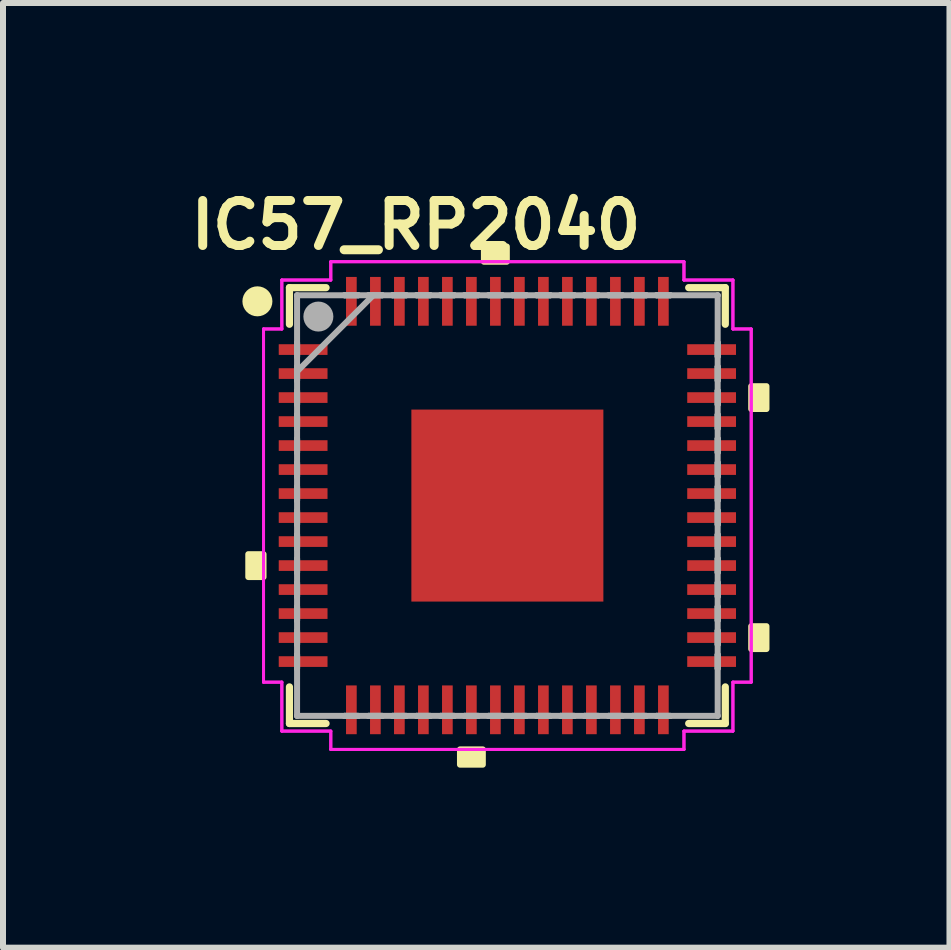
<source format=kicad_pcb>
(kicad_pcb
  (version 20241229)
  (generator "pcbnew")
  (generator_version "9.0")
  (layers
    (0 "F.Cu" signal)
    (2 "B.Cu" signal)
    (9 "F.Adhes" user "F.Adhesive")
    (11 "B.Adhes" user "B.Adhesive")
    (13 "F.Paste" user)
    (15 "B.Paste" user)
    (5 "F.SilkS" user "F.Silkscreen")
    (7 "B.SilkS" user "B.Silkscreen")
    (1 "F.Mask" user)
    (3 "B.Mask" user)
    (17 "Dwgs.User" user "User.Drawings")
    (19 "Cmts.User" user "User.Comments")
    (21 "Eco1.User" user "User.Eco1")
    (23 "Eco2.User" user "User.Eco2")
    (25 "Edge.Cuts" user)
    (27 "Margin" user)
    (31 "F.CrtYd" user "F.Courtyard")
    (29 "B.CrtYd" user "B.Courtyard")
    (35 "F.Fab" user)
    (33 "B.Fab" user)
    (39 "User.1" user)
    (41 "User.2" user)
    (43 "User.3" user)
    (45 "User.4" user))
  (footprint "IC57_RP2040"
    (layer "F.Cu")
    (at 5.406 5.376)
    (property "Reference" "IC57_RP2040" (at -1.524 -4.674 0) (layer "F.SilkS") (effects (font (size 0.75 0.75) (thickness 0.15))))
    (attr through_hole)
    (fp_line (start -3.632 -3.632) (end -3.632 -3.022) (stroke (width 0.12) (type solid)) (layer "F.SilkS"))
    (fp_line (start -3.632 3.022) (end -3.632 3.632) (stroke (width 0.12) (type solid)) (layer "F.SilkS"))
    (fp_line (start -3.632 3.632) (end -3.022 3.632) (stroke (width 0.12) (type solid)) (layer "F.SilkS"))
    (fp_line (start -3.022 -3.632) (end -3.632 -3.632) (stroke (width 0.12) (type solid)) (layer "F.SilkS"))
    (fp_line (start 3.022 3.632) (end 3.632 3.632) (stroke (width 0.12) (type solid)) (layer "F.SilkS"))
    (fp_line (start 3.632 -3.632) (end 3.022 -3.632) (stroke (width 0.12) (type solid)) (layer "F.SilkS"))
    (fp_line (start 3.632 -3.022) (end 3.632 -3.632) (stroke (width 0.12) (type solid)) (layer "F.SilkS"))
    (fp_line (start 3.632 3.632) (end 3.632 3.022) (stroke (width 0.12) (type solid)) (layer "F.SilkS"))
    (fp_circle (center -4.166 -3.404) (end -4.166 -3.279) (stroke (width 0.25) (type solid)) (fill no) (layer "F.SilkS"))
    (fp_poly (pts (xy -4.318 0.81) (xy -4.318 1.191) (xy -4.064 1.191) (xy -4.064 0.81)) (stroke (width 0.1) (type solid)) (fill yes) (layer "F.SilkS"))
    (fp_poly (pts (xy -0.79 4.064) (xy -0.79 4.318) (xy -0.409 4.318) (xy -0.409 4.064)) (stroke (width 0.1) (type solid)) (fill yes) (layer "F.SilkS"))
    (fp_poly (pts (xy -0.391 -4.064) (xy -0.391 -4.318) (xy -0.009 -4.318) (xy -0.009 -4.064)) (stroke (width 0.1) (type solid)) (fill yes) (layer "F.SilkS"))
    (fp_poly (pts (xy 4.318 -1.99) (xy 4.318 -1.609) (xy 4.064 -1.609) (xy 4.064 -1.99)) (stroke (width 0.1) (type solid)) (fill yes) (layer "F.SilkS"))
    (fp_poly (pts (xy 4.318 2.01) (xy 4.318 2.391) (xy 4.064 2.391) (xy 4.064 2.01)) (stroke (width 0.1) (type solid)) (fill yes) (layer "F.SilkS"))
    (fp_poly (pts (xy -1.5 -1.5) (xy -1.5 -0.1) (xy -0.1 -0.1) (xy -0.1 -1.5)) (stroke (width 0.1) (type solid)) (fill yes) (layer "F.Paste"))
    (fp_poly (pts (xy -1.5 0.1) (xy -1.5 1.5) (xy -0.1 1.5) (xy -0.1 0.1)) (stroke (width 0.1) (type solid)) (fill yes) (layer "F.Paste"))
    (fp_poly (pts (xy 0.1 -1.5) (xy 0.1 -0.1) (xy 1.5 -0.1) (xy 1.5 -1.5)) (stroke (width 0.1) (type solid)) (fill yes) (layer "F.Paste"))
    (fp_poly (pts (xy 0.1 0.1) (xy 0.1 1.5) (xy 1.5 1.5) (xy 1.5 0.1)) (stroke (width 0.1) (type solid)) (fill yes) (layer "F.Paste"))
    (fp_line (start -4.064 -2.943) (end -3.759 -2.943) (stroke (width 0.05) (type solid)) (layer "F.CrtYd"))
    (fp_line (start -4.064 -2.943) (end -3.759 -2.943) (stroke (width 0.05) (type solid)) (layer "F.CrtYd"))
    (fp_line (start -4.064 2.943) (end -4.064 -2.943) (stroke (width 0.05) (type solid)) (layer "F.CrtYd"))
    (fp_line (start -4.064 2.943) (end -4.064 -2.943) (stroke (width 0.05) (type solid)) (layer "F.CrtYd"))
    (fp_line (start -3.759 -3.759) (end -2.943 -3.759) (stroke (width 0.05) (type solid)) (layer "F.CrtYd"))
    (fp_line (start -3.759 -3.759) (end -2.943 -3.759) (stroke (width 0.05) (type solid)) (layer "F.CrtYd"))
    (fp_line (start -3.759 -2.943) (end -3.759 -3.759) (stroke (width 0.05) (type solid)) (layer "F.CrtYd"))
    (fp_line (start -3.759 -2.943) (end -3.759 -3.759) (stroke (width 0.05) (type solid)) (layer "F.CrtYd"))
    (fp_line (start -3.759 2.943) (end -4.064 2.943) (stroke (width 0.05) (type solid)) (layer "F.CrtYd"))
    (fp_line (start -3.759 2.943) (end -4.064 2.943) (stroke (width 0.05) (type solid)) (layer "F.CrtYd"))
    (fp_line (start -3.759 3.759) (end -3.759 2.943) (stroke (width 0.05) (type solid)) (layer "F.CrtYd"))
    (fp_line (start -3.759 3.759) (end -3.759 2.943) (stroke (width 0.05) (type solid)) (layer "F.CrtYd"))
    (fp_line (start -2.943 -4.064) (end 2.943 -4.064) (stroke (width 0.05) (type solid)) (layer "F.CrtYd"))
    (fp_line (start -2.943 -4.064) (end 2.943 -4.064) (stroke (width 0.05) (type solid)) (layer "F.CrtYd"))
    (fp_line (start -2.943 -3.759) (end -2.943 -4.064) (stroke (width 0.05) (type solid)) (layer "F.CrtYd"))
    (fp_line (start -2.943 -3.759) (end -2.943 -4.064) (stroke (width 0.05) (type solid)) (layer "F.CrtYd"))
    (fp_line (start -2.943 3.759) (end -3.759 3.759) (stroke (width 0.05) (type solid)) (layer "F.CrtYd"))
    (fp_line (start -2.943 3.759) (end -3.759 3.759) (stroke (width 0.05) (type solid)) (layer "F.CrtYd"))
    (fp_line (start -2.943 4.064) (end -2.943 3.759) (stroke (width 0.05) (type solid)) (layer "F.CrtYd"))
    (fp_line (start -2.943 4.064) (end -2.943 3.759) (stroke (width 0.05) (type solid)) (layer "F.CrtYd"))
    (fp_line (start 2.943 -4.064) (end 2.943 -3.759) (stroke (width 0.05) (type solid)) (layer "F.CrtYd"))
    (fp_line (start 2.943 -4.064) (end 2.943 -3.759) (stroke (width 0.05) (type solid)) (layer "F.CrtYd"))
    (fp_line (start 2.943 -3.759) (end 3.759 -3.759) (stroke (width 0.05) (type solid)) (layer "F.CrtYd"))
    (fp_line (start 2.943 -3.759) (end 3.759 -3.759) (stroke (width 0.05) (type solid)) (layer "F.CrtYd"))
    (fp_line (start 2.943 3.759) (end 2.943 4.064) (stroke (width 0.05) (type solid)) (layer "F.CrtYd"))
    (fp_line (start 2.943 3.759) (end 2.943 4.064) (stroke (width 0.05) (type solid)) (layer "F.CrtYd"))
    (fp_line (start 2.943 4.064) (end -2.943 4.064) (stroke (width 0.05) (type solid)) (layer "F.CrtYd"))
    (fp_line (start 2.943 4.064) (end -2.943 4.064) (stroke (width 0.05) (type solid)) (layer "F.CrtYd"))
    (fp_line (start 3.759 -3.759) (end 3.759 -2.943) (stroke (width 0.05) (type solid)) (layer "F.CrtYd"))
    (fp_line (start 3.759 -3.759) (end 3.759 -2.943) (stroke (width 0.05) (type solid)) (layer "F.CrtYd"))
    (fp_line (start 3.759 -2.943) (end 4.064 -2.943) (stroke (width 0.05) (type solid)) (layer "F.CrtYd"))
    (fp_line (start 3.759 -2.943) (end 4.064 -2.943) (stroke (width 0.05) (type solid)) (layer "F.CrtYd"))
    (fp_line (start 3.759 2.943) (end 3.759 3.759) (stroke (width 0.05) (type solid)) (layer "F.CrtYd"))
    (fp_line (start 3.759 2.943) (end 3.759 3.759) (stroke (width 0.05) (type solid)) (layer "F.CrtYd"))
    (fp_line (start 3.759 3.759) (end 2.943 3.759) (stroke (width 0.05) (type solid)) (layer "F.CrtYd"))
    (fp_line (start 3.759 3.759) (end 2.943 3.759) (stroke (width 0.05) (type solid)) (layer "F.CrtYd"))
    (fp_line (start 4.064 -2.943) (end 4.064 2.943) (stroke (width 0.05) (type solid)) (layer "F.CrtYd"))
    (fp_line (start 4.064 -2.943) (end 4.064 2.943) (stroke (width 0.05) (type solid)) (layer "F.CrtYd"))
    (fp_line (start 4.064 2.943) (end 3.759 2.943) (stroke (width 0.05) (type solid)) (layer "F.CrtYd"))
    (fp_line (start 4.064 2.943) (end 3.759 2.943) (stroke (width 0.05) (type solid)) (layer "F.CrtYd"))
    (fp_line (start -3.505 -3.505) (end -3.505 -3.505) (stroke (width 0.1) (type solid)) (layer "F.Fab"))
    (fp_line (start -3.505 -3.505) (end -3.505 3.505) (stroke (width 0.1) (type solid)) (layer "F.Fab"))
    (fp_line (start -3.505 -2.714) (end -3.505 -2.714) (stroke (width 0.1) (type solid)) (layer "F.Fab"))
    (fp_line (start -3.505 -2.714) (end -3.505 -2.486) (stroke (width 0.1) (type solid)) (layer "F.Fab"))
    (fp_line (start -3.505 -2.486) (end -3.505 -2.714) (stroke (width 0.1) (type solid)) (layer "F.Fab"))
    (fp_line (start -3.505 -2.486) (end -3.505 -2.486) (stroke (width 0.1) (type solid)) (layer "F.Fab"))
    (fp_line (start -3.505 -2.314) (end -3.505 -2.314) (stroke (width 0.1) (type solid)) (layer "F.Fab"))
    (fp_line (start -3.505 -2.314) (end -3.505 -2.086) (stroke (width 0.1) (type solid)) (layer "F.Fab"))
    (fp_line (start -3.505 -2.235) (end -2.235 -3.505) (stroke (width 0.1) (type solid)) (layer "F.Fab"))
    (fp_line (start -3.505 -2.086) (end -3.505 -2.314) (stroke (width 0.1) (type solid)) (layer "F.Fab"))
    (fp_line (start -3.505 -2.086) (end -3.505 -2.086) (stroke (width 0.1) (type solid)) (layer "F.Fab"))
    (fp_line (start -3.505 -1.914) (end -3.505 -1.914) (stroke (width 0.1) (type solid)) (layer "F.Fab"))
    (fp_line (start -3.505 -1.914) (end -3.505 -1.686) (stroke (width 0.1) (type solid)) (layer "F.Fab"))
    (fp_line (start -3.505 -1.686) (end -3.505 -1.914) (stroke (width 0.1) (type solid)) (layer "F.Fab"))
    (fp_line (start -3.505 -1.686) (end -3.505 -1.686) (stroke (width 0.1) (type solid)) (layer "F.Fab"))
    (fp_line (start -3.505 -1.514) (end -3.505 -1.514) (stroke (width 0.1) (type solid)) (layer "F.Fab"))
    (fp_line (start -3.505 -1.514) (end -3.505 -1.286) (stroke (width 0.1) (type solid)) (layer "F.Fab"))
    (fp_line (start -3.505 -1.286) (end -3.505 -1.514) (stroke (width 0.1) (type solid)) (layer "F.Fab"))
    (fp_line (start -3.505 -1.286) (end -3.505 -1.286) (stroke (width 0.1) (type solid)) (layer "F.Fab"))
    (fp_line (start -3.505 -1.114) (end -3.505 -1.114) (stroke (width 0.1) (type solid)) (layer "F.Fab"))
    (fp_line (start -3.505 -1.114) (end -3.505 -0.886) (stroke (width 0.1) (type solid)) (layer "F.Fab"))
    (fp_line (start -3.505 -0.886) (end -3.505 -1.114) (stroke (width 0.1) (type solid)) (layer "F.Fab"))
    (fp_line (start -3.505 -0.886) (end -3.505 -0.886) (stroke (width 0.1) (type solid)) (layer "F.Fab"))
    (fp_line (start -3.505 -0.714) (end -3.505 -0.714) (stroke (width 0.1) (type solid)) (layer "F.Fab"))
    (fp_line (start -3.505 -0.714) (end -3.505 -0.486) (stroke (width 0.1) (type solid)) (layer "F.Fab"))
    (fp_line (start -3.505 -0.486) (end -3.505 -0.714) (stroke (width 0.1) (type solid)) (layer "F.Fab"))
    (fp_line (start -3.505 -0.486) (end -3.505 -0.486) (stroke (width 0.1) (type solid)) (layer "F.Fab"))
    (fp_line (start -3.505 -0.314) (end -3.505 -0.314) (stroke (width 0.1) (type solid)) (layer "F.Fab"))
    (fp_line (start -3.505 -0.314) (end -3.505 -0.086) (stroke (width 0.1) (type solid)) (layer "F.Fab"))
    (fp_line (start -3.505 -0.086) (end -3.505 -0.314) (stroke (width 0.1) (type solid)) (layer "F.Fab"))
    (fp_line (start -3.505 -0.086) (end -3.505 -0.086) (stroke (width 0.1) (type solid)) (layer "F.Fab"))
    (fp_line (start -3.505 0.086) (end -3.505 0.086) (stroke (width 0.1) (type solid)) (layer "F.Fab"))
    (fp_line (start -3.505 0.086) (end -3.505 0.314) (stroke (width 0.1) (type solid)) (layer "F.Fab"))
    (fp_line (start -3.505 0.314) (end -3.505 0.086) (stroke (width 0.1) (type solid)) (layer "F.Fab"))
    (fp_line (start -3.505 0.314) (end -3.505 0.314) (stroke (width 0.1) (type solid)) (layer "F.Fab"))
    (fp_line (start -3.505 0.486) (end -3.505 0.486) (stroke (width 0.1) (type solid)) (layer "F.Fab"))
    (fp_line (start -3.505 0.486) (end -3.505 0.714) (stroke (width 0.1) (type solid)) (layer "F.Fab"))
    (fp_line (start -3.505 0.714) (end -3.505 0.486) (stroke (width 0.1) (type solid)) (layer "F.Fab"))
    (fp_line (start -3.505 0.714) (end -3.505 0.714) (stroke (width 0.1) (type solid)) (layer "F.Fab"))
    (fp_line (start -3.505 0.886) (end -3.505 0.886) (stroke (width 0.1) (type solid)) (layer "F.Fab"))
    (fp_line (start -3.505 0.886) (end -3.505 1.114) (stroke (width 0.1) (type solid)) (layer "F.Fab"))
    (fp_line (start -3.505 1.114) (end -3.505 0.886) (stroke (width 0.1) (type solid)) (layer "F.Fab"))
    (fp_line (start -3.505 1.114) (end -3.505 1.114) (stroke (width 0.1) (type solid)) (layer "F.Fab"))
    (fp_line (start -3.505 1.286) (end -3.505 1.286) (stroke (width 0.1) (type solid)) (layer "F.Fab"))
    (fp_line (start -3.505 1.286) (end -3.505 1.514) (stroke (width 0.1) (type solid)) (layer "F.Fab"))
    (fp_line (start -3.505 1.514) (end -3.505 1.286) (stroke (width 0.1) (type solid)) (layer "F.Fab"))
    (fp_line (start -3.505 1.514) (end -3.505 1.514) (stroke (width 0.1) (type solid)) (layer "F.Fab"))
    (fp_line (start -3.505 1.686) (end -3.505 1.686) (stroke (width 0.1) (type solid)) (layer "F.Fab"))
    (fp_line (start -3.505 1.686) (end -3.505 1.914) (stroke (width 0.1) (type solid)) (layer "F.Fab"))
    (fp_line (start -3.505 1.914) (end -3.505 1.686) (stroke (width 0.1) (type solid)) (layer "F.Fab"))
    (fp_line (start -3.505 1.914) (end -3.505 1.914) (stroke (width 0.1) (type solid)) (layer "F.Fab"))
    (fp_line (start -3.505 2.086) (end -3.505 2.086) (stroke (width 0.1) (type solid)) (layer "F.Fab"))
    (fp_line (start -3.505 2.086) (end -3.505 2.314) (stroke (width 0.1) (type solid)) (layer "F.Fab"))
    (fp_line (start -3.505 2.314) (end -3.505 2.086) (stroke (width 0.1) (type solid)) (layer "F.Fab"))
    (fp_line (start -3.505 2.314) (end -3.505 2.314) (stroke (width 0.1) (type solid)) (layer "F.Fab"))
    (fp_line (start -3.505 2.486) (end -3.505 2.486) (stroke (width 0.1) (type solid)) (layer "F.Fab"))
    (fp_line (start -3.505 2.486) (end -3.505 2.714) (stroke (width 0.1) (type solid)) (layer "F.Fab"))
    (fp_line (start -3.505 2.714) (end -3.505 2.486) (stroke (width 0.1) (type solid)) (layer "F.Fab"))
    (fp_line (start -3.505 2.714) (end -3.505 2.714) (stroke (width 0.1) (type solid)) (layer "F.Fab"))
    (fp_line (start -3.505 3.505) (end -3.505 3.505) (stroke (width 0.1) (type solid)) (layer "F.Fab"))
    (fp_line (start -3.505 3.505) (end 3.505 3.505) (stroke (width 0.1) (type solid)) (layer "F.Fab"))
    (fp_line (start -2.714 -3.505) (end -2.714 -3.505) (stroke (width 0.1) (type solid)) (layer "F.Fab"))
    (fp_line (start -2.714 -3.505) (end -2.486 -3.505) (stroke (width 0.1) (type solid)) (layer "F.Fab"))
    (fp_line (start -2.714 3.505) (end -2.714 3.505) (stroke (width 0.1) (type solid)) (layer "F.Fab"))
    (fp_line (start -2.714 3.505) (end -2.486 3.505) (stroke (width 0.1) (type solid)) (layer "F.Fab"))
    (fp_line (start -2.486 -3.505) (end -2.714 -3.505) (stroke (width 0.1) (type solid)) (layer "F.Fab"))
    (fp_line (start -2.486 -3.505) (end -2.486 -3.505) (stroke (width 0.1) (type solid)) (layer "F.Fab"))
    (fp_line (start -2.486 3.505) (end -2.714 3.505) (stroke (width 0.1) (type solid)) (layer "F.Fab"))
    (fp_line (start -2.486 3.505) (end -2.486 3.505) (stroke (width 0.1) (type solid)) (layer "F.Fab"))
    (fp_line (start -2.314 -3.505) (end -2.314 -3.505) (stroke (width 0.1) (type solid)) (layer "F.Fab"))
    (fp_line (start -2.314 -3.505) (end -2.086 -3.505) (stroke (width 0.1) (type solid)) (layer "F.Fab"))
    (fp_line (start -2.314 3.505) (end -2.314 3.505) (stroke (width 0.1) (type solid)) (layer "F.Fab"))
    (fp_line (start -2.314 3.505) (end -2.086 3.505) (stroke (width 0.1) (type solid)) (layer "F.Fab"))
    (fp_line (start -2.086 -3.505) (end -2.314 -3.505) (stroke (width 0.1) (type solid)) (layer "F.Fab"))
    (fp_line (start -2.086 -3.505) (end -2.086 -3.505) (stroke (width 0.1) (type solid)) (layer "F.Fab"))
    (fp_line (start -2.086 3.505) (end -2.314 3.505) (stroke (width 0.1) (type solid)) (layer "F.Fab"))
    (fp_line (start -2.086 3.505) (end -2.086 3.505) (stroke (width 0.1) (type solid)) (layer "F.Fab"))
    (fp_line (start -1.914 -3.505) (end -1.914 -3.505) (stroke (width 0.1) (type solid)) (layer "F.Fab"))
    (fp_line (start -1.914 -3.505) (end -1.686 -3.505) (stroke (width 0.1) (type solid)) (layer "F.Fab"))
    (fp_line (start -1.914 3.505) (end -1.914 3.505) (stroke (width 0.1) (type solid)) (layer "F.Fab"))
    (fp_line (start -1.914 3.505) (end -1.686 3.505) (stroke (width 0.1) (type solid)) (layer "F.Fab"))
    (fp_line (start -1.686 -3.505) (end -1.914 -3.505) (stroke (width 0.1) (type solid)) (layer "F.Fab"))
    (fp_line (start -1.686 -3.505) (end -1.686 -3.505) (stroke (width 0.1) (type solid)) (layer "F.Fab"))
    (fp_line (start -1.686 3.505) (end -1.914 3.505) (stroke (width 0.1) (type solid)) (layer "F.Fab"))
    (fp_line (start -1.686 3.505) (end -1.686 3.505) (stroke (width 0.1) (type solid)) (layer "F.Fab"))
    (fp_line (start -1.514 -3.505) (end -1.514 -3.505) (stroke (width 0.1) (type solid)) (layer "F.Fab"))
    (fp_line (start -1.514 -3.505) (end -1.286 -3.505) (stroke (width 0.1) (type solid)) (layer "F.Fab"))
    (fp_line (start -1.514 3.505) (end -1.514 3.505) (stroke (width 0.1) (type solid)) (layer "F.Fab"))
    (fp_line (start -1.514 3.505) (end -1.286 3.505) (stroke (width 0.1) (type solid)) (layer "F.Fab"))
    (fp_line (start -1.286 -3.505) (end -1.514 -3.505) (stroke (width 0.1) (type solid)) (layer "F.Fab"))
    (fp_line (start -1.286 -3.505) (end -1.286 -3.505) (stroke (width 0.1) (type solid)) (layer "F.Fab"))
    (fp_line (start -1.286 3.505) (end -1.514 3.505) (stroke (width 0.1) (type solid)) (layer "F.Fab"))
    (fp_line (start -1.286 3.505) (end -1.286 3.505) (stroke (width 0.1) (type solid)) (layer "F.Fab"))
    (fp_line (start -1.114 -3.505) (end -1.114 -3.505) (stroke (width 0.1) (type solid)) (layer "F.Fab"))
    (fp_line (start -1.114 -3.505) (end -0.886 -3.505) (stroke (width 0.1) (type solid)) (layer "F.Fab"))
    (fp_line (start -1.114 3.505) (end -1.114 3.505) (stroke (width 0.1) (type solid)) (layer "F.Fab"))
    (fp_line (start -1.114 3.505) (end -0.886 3.505) (stroke (width 0.1) (type solid)) (layer "F.Fab"))
    (fp_line (start -0.886 -3.505) (end -1.114 -3.505) (stroke (width 0.1) (type solid)) (layer "F.Fab"))
    (fp_line (start -0.886 -3.505) (end -0.886 -3.505) (stroke (width 0.1) (type solid)) (layer "F.Fab"))
    (fp_line (start -0.886 3.505) (end -1.114 3.505) (stroke (width 0.1) (type solid)) (layer "F.Fab"))
    (fp_line (start -0.886 3.505) (end -0.886 3.505) (stroke (width 0.1) (type solid)) (layer "F.Fab"))
    (fp_line (start -0.714 -3.505) (end -0.714 -3.505) (stroke (width 0.1) (type solid)) (layer "F.Fab"))
    (fp_line (start -0.714 -3.505) (end -0.486 -3.505) (stroke (width 0.1) (type solid)) (layer "F.Fab"))
    (fp_line (start -0.714 3.505) (end -0.714 3.505) (stroke (width 0.1) (type solid)) (layer "F.Fab"))
    (fp_line (start -0.714 3.505) (end -0.486 3.505) (stroke (width 0.1) (type solid)) (layer "F.Fab"))
    (fp_line (start -0.486 -3.505) (end -0.714 -3.505) (stroke (width 0.1) (type solid)) (layer "F.Fab"))
    (fp_line (start -0.486 -3.505) (end -0.486 -3.505) (stroke (width 0.1) (type solid)) (layer "F.Fab"))
    (fp_line (start -0.486 3.505) (end -0.714 3.505) (stroke (width 0.1) (type solid)) (layer "F.Fab"))
    (fp_line (start -0.486 3.505) (end -0.486 3.505) (stroke (width 0.1) (type solid)) (layer "F.Fab"))
    (fp_line (start -0.314 -3.505) (end -0.314 -3.505) (stroke (width 0.1) (type solid)) (layer "F.Fab"))
    (fp_line (start -0.314 -3.505) (end -0.086 -3.505) (stroke (width 0.1) (type solid)) (layer "F.Fab"))
    (fp_line (start -0.314 3.505) (end -0.314 3.505) (stroke (width 0.1) (type solid)) (layer "F.Fab"))
    (fp_line (start -0.314 3.505) (end -0.086 3.505) (stroke (width 0.1) (type solid)) (layer "F.Fab"))
    (fp_line (start -0.086 -3.505) (end -0.314 -3.505) (stroke (width 0.1) (type solid)) (layer "F.Fab"))
    (fp_line (start -0.086 -3.505) (end -0.086 -3.505) (stroke (width 0.1) (type solid)) (layer "F.Fab"))
    (fp_line (start -0.086 3.505) (end -0.314 3.505) (stroke (width 0.1) (type solid)) (layer "F.Fab"))
    (fp_line (start -0.086 3.505) (end -0.086 3.505) (stroke (width 0.1) (type solid)) (layer "F.Fab"))
    (fp_line (start 0.086 -3.505) (end 0.086 -3.505) (stroke (width 0.1) (type solid)) (layer "F.Fab"))
    (fp_line (start 0.086 -3.505) (end 0.314 -3.505) (stroke (width 0.1) (type solid)) (layer "F.Fab"))
    (fp_line (start 0.086 3.505) (end 0.086 3.505) (stroke (width 0.1) (type solid)) (layer "F.Fab"))
    (fp_line (start 0.086 3.505) (end 0.314 3.505) (stroke (width 0.1) (type solid)) (layer "F.Fab"))
    (fp_line (start 0.314 -3.505) (end 0.086 -3.505) (stroke (width 0.1) (type solid)) (layer "F.Fab"))
    (fp_line (start 0.314 -3.505) (end 0.314 -3.505) (stroke (width 0.1) (type solid)) (layer "F.Fab"))
    (fp_line (start 0.314 3.505) (end 0.086 3.505) (stroke (width 0.1) (type solid)) (layer "F.Fab"))
    (fp_line (start 0.314 3.505) (end 0.314 3.505) (stroke (width 0.1) (type solid)) (layer "F.Fab"))
    (fp_line (start 0.486 -3.505) (end 0.486 -3.505) (stroke (width 0.1) (type solid)) (layer "F.Fab"))
    (fp_line (start 0.486 -3.505) (end 0.714 -3.505) (stroke (width 0.1) (type solid)) (layer "F.Fab"))
    (fp_line (start 0.486 3.505) (end 0.486 3.505) (stroke (width 0.1) (type solid)) (layer "F.Fab"))
    (fp_line (start 0.486 3.505) (end 0.714 3.505) (stroke (width 0.1) (type solid)) (layer "F.Fab"))
    (fp_line (start 0.714 -3.505) (end 0.486 -3.505) (stroke (width 0.1) (type solid)) (layer "F.Fab"))
    (fp_line (start 0.714 -3.505) (end 0.714 -3.505) (stroke (width 0.1) (type solid)) (layer "F.Fab"))
    (fp_line (start 0.714 3.505) (end 0.486 3.505) (stroke (width 0.1) (type solid)) (layer "F.Fab"))
    (fp_line (start 0.714 3.505) (end 0.714 3.505) (stroke (width 0.1) (type solid)) (layer "F.Fab"))
    (fp_line (start 0.886 -3.505) (end 0.886 -3.505) (stroke (width 0.1) (type solid)) (layer "F.Fab"))
    (fp_line (start 0.886 -3.505) (end 1.114 -3.505) (stroke (width 0.1) (type solid)) (layer "F.Fab"))
    (fp_line (start 0.886 3.505) (end 0.886 3.505) (stroke (width 0.1) (type solid)) (layer "F.Fab"))
    (fp_line (start 0.886 3.505) (end 1.114 3.505) (stroke (width 0.1) (type solid)) (layer "F.Fab"))
    (fp_line (start 1.114 -3.505) (end 0.886 -3.505) (stroke (width 0.1) (type solid)) (layer "F.Fab"))
    (fp_line (start 1.114 -3.505) (end 1.114 -3.505) (stroke (width 0.1) (type solid)) (layer "F.Fab"))
    (fp_line (start 1.114 3.505) (end 0.886 3.505) (stroke (width 0.1) (type solid)) (layer "F.Fab"))
    (fp_line (start 1.114 3.505) (end 1.114 3.505) (stroke (width 0.1) (type solid)) (layer "F.Fab"))
    (fp_line (start 1.286 -3.505) (end 1.286 -3.505) (stroke (width 0.1) (type solid)) (layer "F.Fab"))
    (fp_line (start 1.286 -3.505) (end 1.514 -3.505) (stroke (width 0.1) (type solid)) (layer "F.Fab"))
    (fp_line (start 1.286 3.505) (end 1.286 3.505) (stroke (width 0.1) (type solid)) (layer "F.Fab"))
    (fp_line (start 1.286 3.505) (end 1.514 3.505) (stroke (width 0.1) (type solid)) (layer "F.Fab"))
    (fp_line (start 1.514 -3.505) (end 1.286 -3.505) (stroke (width 0.1) (type solid)) (layer "F.Fab"))
    (fp_line (start 1.514 -3.505) (end 1.514 -3.505) (stroke (width 0.1) (type solid)) (layer "F.Fab"))
    (fp_line (start 1.514 3.505) (end 1.286 3.505) (stroke (width 0.1) (type solid)) (layer "F.Fab"))
    (fp_line (start 1.514 3.505) (end 1.514 3.505) (stroke (width 0.1) (type solid)) (layer "F.Fab"))
    (fp_line (start 1.686 -3.505) (end 1.686 -3.505) (stroke (width 0.1) (type solid)) (layer "F.Fab"))
    (fp_line (start 1.686 -3.505) (end 1.914 -3.505) (stroke (width 0.1) (type solid)) (layer "F.Fab"))
    (fp_line (start 1.686 3.505) (end 1.686 3.505) (stroke (width 0.1) (type solid)) (layer "F.Fab"))
    (fp_line (start 1.686 3.505) (end 1.914 3.505) (stroke (width 0.1) (type solid)) (layer "F.Fab"))
    (fp_line (start 1.914 -3.505) (end 1.686 -3.505) (stroke (width 0.1) (type solid)) (layer "F.Fab"))
    (fp_line (start 1.914 -3.505) (end 1.914 -3.505) (stroke (width 0.1) (type solid)) (layer "F.Fab"))
    (fp_line (start 1.914 3.505) (end 1.686 3.505) (stroke (width 0.1) (type solid)) (layer "F.Fab"))
    (fp_line (start 1.914 3.505) (end 1.914 3.505) (stroke (width 0.1) (type solid)) (layer "F.Fab"))
    (fp_line (start 2.086 -3.505) (end 2.086 -3.505) (stroke (width 0.1) (type solid)) (layer "F.Fab"))
    (fp_line (start 2.086 -3.505) (end 2.314 -3.505) (stroke (width 0.1) (type solid)) (layer "F.Fab"))
    (fp_line (start 2.086 3.505) (end 2.086 3.505) (stroke (width 0.1) (type solid)) (layer "F.Fab"))
    (fp_line (start 2.086 3.505) (end 2.314 3.505) (stroke (width 0.1) (type solid)) (layer "F.Fab"))
    (fp_line (start 2.314 -3.505) (end 2.086 -3.505) (stroke (width 0.1) (type solid)) (layer "F.Fab"))
    (fp_line (start 2.314 -3.505) (end 2.314 -3.505) (stroke (width 0.1) (type solid)) (layer "F.Fab"))
    (fp_line (start 2.314 3.505) (end 2.086 3.505) (stroke (width 0.1) (type solid)) (layer "F.Fab"))
    (fp_line (start 2.314 3.505) (end 2.314 3.505) (stroke (width 0.1) (type solid)) (layer "F.Fab"))
    (fp_line (start 2.486 -3.505) (end 2.486 -3.505) (stroke (width 0.1) (type solid)) (layer "F.Fab"))
    (fp_line (start 2.486 -3.505) (end 2.714 -3.505) (stroke (width 0.1) (type solid)) (layer "F.Fab"))
    (fp_line (start 2.486 3.505) (end 2.486 3.505) (stroke (width 0.1) (type solid)) (layer "F.Fab"))
    (fp_line (start 2.486 3.505) (end 2.714 3.505) (stroke (width 0.1) (type solid)) (layer "F.Fab"))
    (fp_line (start 2.714 -3.505) (end 2.486 -3.505) (stroke (width 0.1) (type solid)) (layer "F.Fab"))
    (fp_line (start 2.714 -3.505) (end 2.714 -3.505) (stroke (width 0.1) (type solid)) (layer "F.Fab"))
    (fp_line (start 2.714 3.505) (end 2.486 3.505) (stroke (width 0.1) (type solid)) (layer "F.Fab"))
    (fp_line (start 2.714 3.505) (end 2.714 3.505) (stroke (width 0.1) (type solid)) (layer "F.Fab"))
    (fp_line (start 3.505 -3.505) (end -3.505 -3.505) (stroke (width 0.1) (type solid)) (layer "F.Fab"))
    (fp_line (start 3.505 -3.505) (end 3.505 -3.505) (stroke (width 0.1) (type solid)) (layer "F.Fab"))
    (fp_line (start 3.505 -2.714) (end 3.505 -2.714) (stroke (width 0.1) (type solid)) (layer "F.Fab"))
    (fp_line (start 3.505 -2.714) (end 3.505 -2.486) (stroke (width 0.1) (type solid)) (layer "F.Fab"))
    (fp_line (start 3.505 -2.486) (end 3.505 -2.714) (stroke (width 0.1) (type solid)) (layer "F.Fab"))
    (fp_line (start 3.505 -2.486) (end 3.505 -2.486) (stroke (width 0.1) (type solid)) (layer "F.Fab"))
    (fp_line (start 3.505 -2.314) (end 3.505 -2.314) (stroke (width 0.1) (type solid)) (layer "F.Fab"))
    (fp_line (start 3.505 -2.314) (end 3.505 -2.086) (stroke (width 0.1) (type solid)) (layer "F.Fab"))
    (fp_line (start 3.505 -2.086) (end 3.505 -2.314) (stroke (width 0.1) (type solid)) (layer "F.Fab"))
    (fp_line (start 3.505 -2.086) (end 3.505 -2.086) (stroke (width 0.1) (type solid)) (layer "F.Fab"))
    (fp_line (start 3.505 -1.914) (end 3.505 -1.914) (stroke (width 0.1) (type solid)) (layer "F.Fab"))
    (fp_line (start 3.505 -1.914) (end 3.505 -1.686) (stroke (width 0.1) (type solid)) (layer "F.Fab"))
    (fp_line (start 3.505 -1.686) (end 3.505 -1.914) (stroke (width 0.1) (type solid)) (layer "F.Fab"))
    (fp_line (start 3.505 -1.686) (end 3.505 -1.686) (stroke (width 0.1) (type solid)) (layer "F.Fab"))
    (fp_line (start 3.505 -1.514) (end 3.505 -1.514) (stroke (width 0.1) (type solid)) (layer "F.Fab"))
    (fp_line (start 3.505 -1.514) (end 3.505 -1.286) (stroke (width 0.1) (type solid)) (layer "F.Fab"))
    (fp_line (start 3.505 -1.286) (end 3.505 -1.514) (stroke (width 0.1) (type solid)) (layer "F.Fab"))
    (fp_line (start 3.505 -1.286) (end 3.505 -1.286) (stroke (width 0.1) (type solid)) (layer "F.Fab"))
    (fp_line (start 3.505 -1.114) (end 3.505 -1.114) (stroke (width 0.1) (type solid)) (layer "F.Fab"))
    (fp_line (start 3.505 -1.114) (end 3.505 -0.886) (stroke (width 0.1) (type solid)) (layer "F.Fab"))
    (fp_line (start 3.505 -0.886) (end 3.505 -1.114) (stroke (width 0.1) (type solid)) (layer "F.Fab"))
    (fp_line (start 3.505 -0.886) (end 3.505 -0.886) (stroke (width 0.1) (type solid)) (layer "F.Fab"))
    (fp_line (start 3.505 -0.714) (end 3.505 -0.714) (stroke (width 0.1) (type solid)) (layer "F.Fab"))
    (fp_line (start 3.505 -0.714) (end 3.505 -0.486) (stroke (width 0.1) (type solid)) (layer "F.Fab"))
    (fp_line (start 3.505 -0.486) (end 3.505 -0.714) (stroke (width 0.1) (type solid)) (layer "F.Fab"))
    (fp_line (start 3.505 -0.486) (end 3.505 -0.486) (stroke (width 0.1) (type solid)) (layer "F.Fab"))
    (fp_line (start 3.505 -0.314) (end 3.505 -0.314) (stroke (width 0.1) (type solid)) (layer "F.Fab"))
    (fp_line (start 3.505 -0.314) (end 3.505 -0.086) (stroke (width 0.1) (type solid)) (layer "F.Fab"))
    (fp_line (start 3.505 -0.086) (end 3.505 -0.314) (stroke (width 0.1) (type solid)) (layer "F.Fab"))
    (fp_line (start 3.505 -0.086) (end 3.505 -0.086) (stroke (width 0.1) (type solid)) (layer "F.Fab"))
    (fp_line (start 3.505 0.086) (end 3.505 0.086) (stroke (width 0.1) (type solid)) (layer "F.Fab"))
    (fp_line (start 3.505 0.086) (end 3.505 0.314) (stroke (width 0.1) (type solid)) (layer "F.Fab"))
    (fp_line (start 3.505 0.314) (end 3.505 0.086) (stroke (width 0.1) (type solid)) (layer "F.Fab"))
    (fp_line (start 3.505 0.314) (end 3.505 0.314) (stroke (width 0.1) (type solid)) (layer "F.Fab"))
    (fp_line (start 3.505 0.486) (end 3.505 0.486) (stroke (width 0.1) (type solid)) (layer "F.Fab"))
    (fp_line (start 3.505 0.486) (end 3.505 0.714) (stroke (width 0.1) (type solid)) (layer "F.Fab"))
    (fp_line (start 3.505 0.714) (end 3.505 0.486) (stroke (width 0.1) (type solid)) (layer "F.Fab"))
    (fp_line (start 3.505 0.714) (end 3.505 0.714) (stroke (width 0.1) (type solid)) (layer "F.Fab"))
    (fp_line (start 3.505 0.886) (end 3.505 0.886) (stroke (width 0.1) (type solid)) (layer "F.Fab"))
    (fp_line (start 3.505 0.886) (end 3.505 1.114) (stroke (width 0.1) (type solid)) (layer "F.Fab"))
    (fp_line (start 3.505 1.114) (end 3.505 0.886) (stroke (width 0.1) (type solid)) (layer "F.Fab"))
    (fp_line (start 3.505 1.114) (end 3.505 1.114) (stroke (width 0.1) (type solid)) (layer "F.Fab"))
    (fp_line (start 3.505 1.286) (end 3.505 1.286) (stroke (width 0.1) (type solid)) (layer "F.Fab"))
    (fp_line (start 3.505 1.286) (end 3.505 1.514) (stroke (width 0.1) (type solid)) (layer "F.Fab"))
    (fp_line (start 3.505 1.514) (end 3.505 1.286) (stroke (width 0.1) (type solid)) (layer "F.Fab"))
    (fp_line (start 3.505 1.514) (end 3.505 1.514) (stroke (width 0.1) (type solid)) (layer "F.Fab"))
    (fp_line (start 3.505 1.686) (end 3.505 1.686) (stroke (width 0.1) (type solid)) (layer "F.Fab"))
    (fp_line (start 3.505 1.686) (end 3.505 1.914) (stroke (width 0.1) (type solid)) (layer "F.Fab"))
    (fp_line (start 3.505 1.914) (end 3.505 1.686) (stroke (width 0.1) (type solid)) (layer "F.Fab"))
    (fp_line (start 3.505 1.914) (end 3.505 1.914) (stroke (width 0.1) (type solid)) (layer "F.Fab"))
    (fp_line (start 3.505 2.086) (end 3.505 2.086) (stroke (width 0.1) (type solid)) (layer "F.Fab"))
    (fp_line (start 3.505 2.086) (end 3.505 2.314) (stroke (width 0.1) (type solid)) (layer "F.Fab"))
    (fp_line (start 3.505 2.314) (end 3.505 2.086) (stroke (width 0.1) (type solid)) (layer "F.Fab"))
    (fp_line (start 3.505 2.314) (end 3.505 2.314) (stroke (width 0.1) (type solid)) (layer "F.Fab"))
    (fp_line (start 3.505 2.486) (end 3.505 2.486) (stroke (width 0.1) (type solid)) (layer "F.Fab"))
    (fp_line (start 3.505 2.486) (end 3.505 2.714) (stroke (width 0.1) (type solid)) (layer "F.Fab"))
    (fp_line (start 3.505 2.714) (end 3.505 2.486) (stroke (width 0.1) (type solid)) (layer "F.Fab"))
    (fp_line (start 3.505 2.714) (end 3.505 2.714) (stroke (width 0.1) (type solid)) (layer "F.Fab"))
    (fp_line (start 3.505 3.505) (end 3.505 -3.505) (stroke (width 0.1) (type solid)) (layer "F.Fab"))
    (fp_line (start 3.505 3.505) (end 3.505 3.505) (stroke (width 0.1) (type solid)) (layer "F.Fab"))
    (fp_circle (center -3.15 -3.15) (end -3.025 -3.15) (stroke (width 0.25) (type solid)) (fill no) (layer "F.Fab"))
    (pad "1" smd rect (at -3.404 -2.6 90) (size 0.178 0.813) (layers "F.Cu" "F.Mask" "F.Paste"))
    (pad "2" smd rect (at -3.404 -2.2 90) (size 0.178 0.813) (layers "F.Cu" "F.Mask" "F.Paste"))
    (pad "3" smd rect (at -3.404 -1.8 90) (size 0.178 0.813) (layers "F.Cu" "F.Mask" "F.Paste"))
    (pad "4" smd rect (at -3.404 -1.4 90) (size 0.178 0.813) (layers "F.Cu" "F.Mask" "F.Paste"))
    (pad "5" smd rect (at -3.404 -1 90) (size 0.178 0.813) (layers "F.Cu" "F.Mask" "F.Paste"))
    (pad "6" smd rect (at -3.404 -0.6 90) (size 0.178 0.813) (layers "F.Cu" "F.Mask" "F.Paste"))
    (pad "7" smd rect (at -3.404 -0.2 90) (size 0.178 0.813) (layers "F.Cu" "F.Mask" "F.Paste"))
    (pad "8" smd rect (at -3.404 0.2 90) (size 0.178 0.813) (layers "F.Cu" "F.Mask" "F.Paste"))
    (pad "9" smd rect (at -3.404 0.6 90) (size 0.178 0.813) (layers "F.Cu" "F.Mask" "F.Paste"))
    (pad "10" smd rect (at -3.404 1 90) (size 0.178 0.813) (layers "F.Cu" "F.Mask" "F.Paste"))
    (pad "11" smd rect (at -3.404 1.4 90) (size 0.178 0.813) (layers "F.Cu" "F.Mask" "F.Paste"))
    (pad "12" smd rect (at -3.404 1.8 90) (size 0.178 0.813) (layers "F.Cu" "F.Mask" "F.Paste"))
    (pad "13" smd rect (at -3.404 2.2 90) (size 0.178 0.813) (layers "F.Cu" "F.Mask" "F.Paste"))
    (pad "14" smd rect (at -3.404 2.6 90) (size 0.178 0.813) (layers "F.Cu" "F.Mask" "F.Paste"))
    (pad "15" smd rect (at -2.6 3.404) (size 0.178 0.813) (layers "F.Cu" "F.Mask" "F.Paste"))
    (pad "16" smd rect (at -2.2 3.404) (size 0.178 0.813) (layers "F.Cu" "F.Mask" "F.Paste"))
    (pad "17" smd rect (at -1.8 3.404) (size 0.178 0.813) (layers "F.Cu" "F.Mask" "F.Paste"))
    (pad "18" smd rect (at -1.4 3.404) (size 0.178 0.813) (layers "F.Cu" "F.Mask" "F.Paste"))
    (pad "19" smd rect (at -1 3.404) (size 0.178 0.813) (layers "F.Cu" "F.Mask" "F.Paste"))
    (pad "20" smd rect (at -0.6 3.404) (size 0.178 0.813) (layers "F.Cu" "F.Mask" "F.Paste"))
    (pad "21" smd rect (at -0.2 3.404) (size 0.178 0.813) (layers "F.Cu" "F.Mask" "F.Paste"))
    (pad "22" smd rect (at 0.2 3.404) (size 0.178 0.813) (layers "F.Cu" "F.Mask" "F.Paste"))
    (pad "23" smd rect (at 0.6 3.404) (size 0.178 0.813) (layers "F.Cu" "F.Mask" "F.Paste"))
    (pad "24" smd rect (at 1 3.404) (size 0.178 0.813) (layers "F.Cu" "F.Mask" "F.Paste"))
    (pad "25" smd rect (at 1.4 3.404) (size 0.178 0.813) (layers "F.Cu" "F.Mask" "F.Paste"))
    (pad "26" smd rect (at 1.8 3.404) (size 0.178 0.813) (layers "F.Cu" "F.Mask" "F.Paste"))
    (pad "27" smd rect (at 2.2 3.404) (size 0.178 0.813) (layers "F.Cu" "F.Mask" "F.Paste"))
    (pad "28" smd rect (at 2.6 3.404) (size 0.178 0.813) (layers "F.Cu" "F.Mask" "F.Paste"))
    (pad "29" smd rect (at 3.404 2.6 90) (size 0.178 0.813) (layers "F.Cu" "F.Mask" "F.Paste"))
    (pad "30" smd rect (at 3.404 2.2 90) (size 0.178 0.813) (layers "F.Cu" "F.Mask" "F.Paste"))
    (pad "31" smd rect (at 3.404 1.8 90) (size 0.178 0.813) (layers "F.Cu" "F.Mask" "F.Paste"))
    (pad "32" smd rect (at 3.404 1.4 90) (size 0.178 0.813) (layers "F.Cu" "F.Mask" "F.Paste"))
    (pad "33" smd rect (at 3.404 1 90) (size 0.178 0.813) (layers "F.Cu" "F.Mask" "F.Paste"))
    (pad "34" smd rect (at 3.404 0.6 90) (size 0.178 0.813) (layers "F.Cu" "F.Mask" "F.Paste"))
    (pad "35" smd rect (at 3.404 0.2 90) (size 0.178 0.813) (layers "F.Cu" "F.Mask" "F.Paste"))
    (pad "36" smd rect (at 3.404 -0.2 90) (size 0.178 0.813) (layers "F.Cu" "F.Mask" "F.Paste"))
    (pad "37" smd rect (at 3.404 -0.6 90) (size 0.178 0.813) (layers "F.Cu" "F.Mask" "F.Paste"))
    (pad "38" smd rect (at 3.404 -1 90) (size 0.178 0.813) (layers "F.Cu" "F.Mask" "F.Paste"))
    (pad "39" smd rect (at 3.404 -1.4 90) (size 0.178 0.813) (layers "F.Cu" "F.Mask" "F.Paste"))
    (pad "40" smd rect (at 3.404 -1.8 90) (size 0.178 0.813) (layers "F.Cu" "F.Mask" "F.Paste"))
    (pad "41" smd rect (at 3.404 -2.2 90) (size 0.178 0.813) (layers "F.Cu" "F.Mask" "F.Paste"))
    (pad "42" smd rect (at 3.404 -2.6 90) (size 0.178 0.813) (layers "F.Cu" "F.Mask" "F.Paste"))
    (pad "43" smd rect (at 2.6 -3.404) (size 0.178 0.813) (layers "F.Cu" "F.Mask" "F.Paste"))
    (pad "44" smd rect (at 2.2 -3.404) (size 0.178 0.813) (layers "F.Cu" "F.Mask" "F.Paste"))
    (pad "45" smd rect (at 1.8 -3.404) (size 0.178 0.813) (layers "F.Cu" "F.Mask" "F.Paste"))
    (pad "46" smd rect (at 1.4 -3.404) (size 0.178 0.813) (layers "F.Cu" "F.Mask" "F.Paste"))
    (pad "47" smd rect (at 1 -3.404) (size 0.178 0.813) (layers "F.Cu" "F.Mask" "F.Paste"))
    (pad "48" smd rect (at 0.6 -3.404) (size 0.178 0.813) (layers "F.Cu" "F.Mask" "F.Paste"))
    (pad "49" smd rect (at 0.2 -3.404) (size 0.178 0.813) (layers "F.Cu" "F.Mask" "F.Paste"))
    (pad "50" smd rect (at -0.2 -3.404) (size 0.178 0.813) (layers "F.Cu" "F.Mask" "F.Paste"))
    (pad "51" smd rect (at -0.6 -3.404) (size 0.178 0.813) (layers "F.Cu" "F.Mask" "F.Paste"))
    (pad "52" smd rect (at -1 -3.404) (size 0.178 0.813) (layers "F.Cu" "F.Mask" "F.Paste"))
    (pad "53" smd rect (at -1.4 -3.404) (size 0.178 0.813) (layers "F.Cu" "F.Mask" "F.Paste"))
    (pad "54" smd rect (at -1.8 -3.404) (size 0.178 0.813) (layers "F.Cu" "F.Mask" "F.Paste"))
    (pad "55" smd rect (at -2.2 -3.404) (size 0.178 0.813) (layers "F.Cu" "F.Mask" "F.Paste"))
    (pad "56" smd rect (at -2.6 -3.404) (size 0.178 0.813) (layers "F.Cu" "F.Mask" "F.Paste"))
    (pad "57" smd rect (at 0 0) (size 3.2 3.2) (layers "F.Cu" "F.Mask")))
  (gr_rect
    (start -3 -3)
    (end 12.774 12.744)
    (stroke (width 0.1) (type default))
    (fill no)
    (layer "Edge.Cuts")))
</source>
